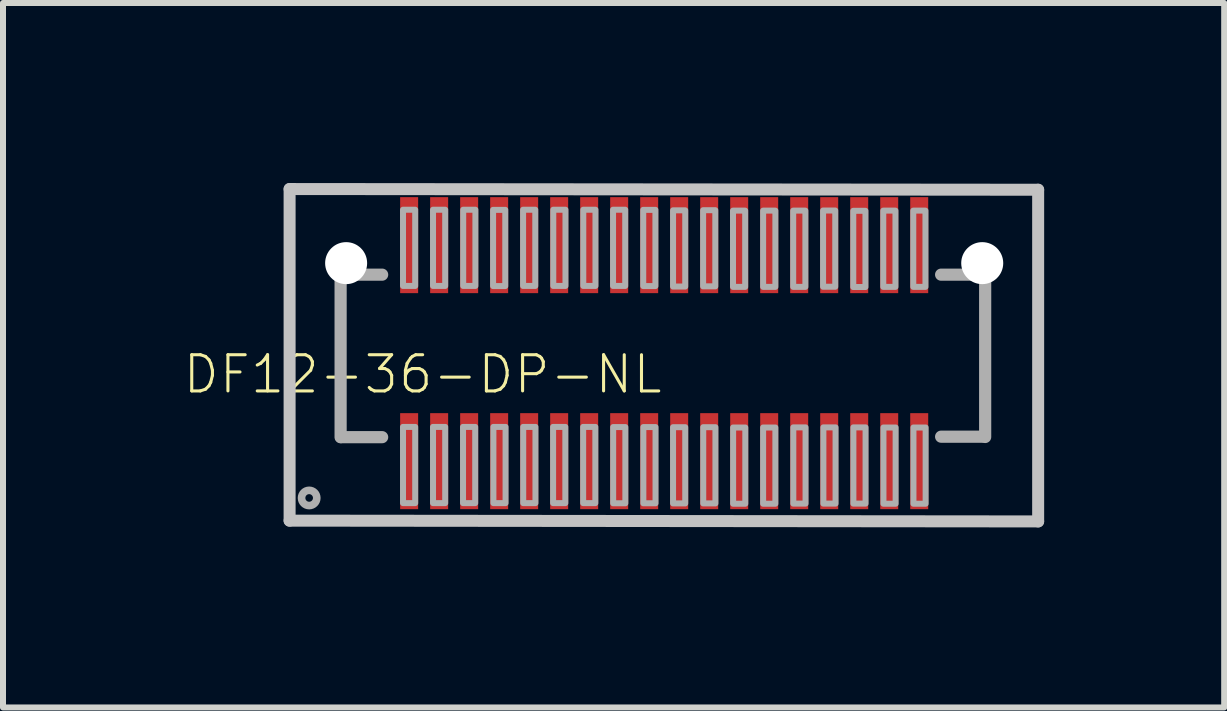
<source format=kicad_pcb>
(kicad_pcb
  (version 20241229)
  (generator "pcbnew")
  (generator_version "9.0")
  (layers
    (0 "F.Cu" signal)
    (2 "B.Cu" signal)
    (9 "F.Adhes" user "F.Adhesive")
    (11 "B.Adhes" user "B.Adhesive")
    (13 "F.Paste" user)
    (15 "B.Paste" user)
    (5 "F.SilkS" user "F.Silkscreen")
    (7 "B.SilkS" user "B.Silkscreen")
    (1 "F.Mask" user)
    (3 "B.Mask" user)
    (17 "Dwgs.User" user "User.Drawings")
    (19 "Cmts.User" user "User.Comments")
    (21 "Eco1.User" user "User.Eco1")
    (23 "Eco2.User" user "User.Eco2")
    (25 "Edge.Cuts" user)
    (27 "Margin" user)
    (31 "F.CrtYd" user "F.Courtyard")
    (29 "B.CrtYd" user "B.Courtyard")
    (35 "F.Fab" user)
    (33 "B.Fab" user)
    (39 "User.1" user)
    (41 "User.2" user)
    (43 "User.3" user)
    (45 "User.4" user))
  (footprint "DF12-36-DP-NL"
    (layer "F.Cu")
    (at 8.018 2.835)
    (property "Reference" "DF12-36-DP-NL" (at 0 0 0) (layer "F.SilkS") (effects (font (size 0.603 0.603) (thickness 0.051)) (justify right top)))
    (attr through_hole)
    (fp_poly (pts (xy -4.362 -1.207) (xy -4.142 -1.207) (xy -4.142 -2.507) (xy -4.362 -2.507)) (stroke (width 0) (type solid)) (fill yes) (layer "F.Paste"))
    (fp_poly (pts (xy -4.362 2.503) (xy -4.142 2.503) (xy -4.142 1.203) (xy -4.362 1.203)) (stroke (width 0) (type solid)) (fill yes) (layer "F.Paste"))
    (fp_poly (pts (xy -3.862 -1.207) (xy -3.642 -1.207) (xy -3.642 -2.507) (xy -3.862 -2.507)) (stroke (width 0) (type solid)) (fill yes) (layer "F.Paste"))
    (fp_poly (pts (xy -3.862 2.503) (xy -3.642 2.503) (xy -3.642 1.203) (xy -3.862 1.203)) (stroke (width 0) (type solid)) (fill yes) (layer "F.Paste"))
    (fp_poly (pts (xy -3.362 -1.207) (xy -3.142 -1.207) (xy -3.142 -2.507) (xy -3.362 -2.507)) (stroke (width 0) (type solid)) (fill yes) (layer "F.Paste"))
    (fp_poly (pts (xy -3.362 2.503) (xy -3.142 2.503) (xy -3.142 1.203) (xy -3.362 1.203)) (stroke (width 0) (type solid)) (fill yes) (layer "F.Paste"))
    (fp_poly (pts (xy -2.862 -1.207) (xy -2.642 -1.207) (xy -2.642 -2.507) (xy -2.862 -2.507)) (stroke (width 0) (type solid)) (fill yes) (layer "F.Paste"))
    (fp_poly (pts (xy -2.862 2.503) (xy -2.642 2.503) (xy -2.642 1.203) (xy -2.862 1.203)) (stroke (width 0) (type solid)) (fill yes) (layer "F.Paste"))
    (fp_poly (pts (xy -2.362 -1.207) (xy -2.142 -1.207) (xy -2.142 -2.507) (xy -2.362 -2.507)) (stroke (width 0) (type solid)) (fill yes) (layer "F.Paste"))
    (fp_poly (pts (xy -2.362 2.503) (xy -2.142 2.503) (xy -2.142 1.203) (xy -2.362 1.203)) (stroke (width 0) (type solid)) (fill yes) (layer "F.Paste"))
    (fp_poly (pts (xy -1.862 -1.207) (xy -1.642 -1.207) (xy -1.642 -2.507) (xy -1.862 -2.507)) (stroke (width 0) (type solid)) (fill yes) (layer "F.Paste"))
    (fp_poly (pts (xy -1.862 2.503) (xy -1.642 2.503) (xy -1.642 1.203) (xy -1.862 1.203)) (stroke (width 0) (type solid)) (fill yes) (layer "F.Paste"))
    (fp_poly (pts (xy -1.362 -1.207) (xy -1.142 -1.207) (xy -1.142 -2.507) (xy -1.362 -2.507)) (stroke (width 0) (type solid)) (fill yes) (layer "F.Paste"))
    (fp_poly (pts (xy -1.362 2.503) (xy -1.142 2.503) (xy -1.142 1.203) (xy -1.362 1.203)) (stroke (width 0) (type solid)) (fill yes) (layer "F.Paste"))
    (fp_poly (pts (xy -0.862 -1.207) (xy -0.642 -1.207) (xy -0.642 -2.507) (xy -0.862 -2.507)) (stroke (width 0) (type solid)) (fill yes) (layer "F.Paste"))
    (fp_poly (pts (xy -0.862 2.503) (xy -0.642 2.503) (xy -0.642 1.203) (xy -0.862 1.203)) (stroke (width 0) (type solid)) (fill yes) (layer "F.Paste"))
    (fp_poly (pts (xy -0.362 -1.207) (xy -0.142 -1.207) (xy -0.142 -2.507) (xy -0.362 -2.507)) (stroke (width 0) (type solid)) (fill yes) (layer "F.Paste"))
    (fp_poly (pts (xy -0.362 2.503) (xy -0.142 2.503) (xy -0.142 1.203) (xy -0.362 1.203)) (stroke (width 0) (type solid)) (fill yes) (layer "F.Paste"))
    (fp_poly (pts (xy 0.138 -1.207) (xy 0.358 -1.207) (xy 0.358 -2.507) (xy 0.138 -2.507)) (stroke (width 0) (type solid)) (fill yes) (layer "F.Paste"))
    (fp_poly (pts (xy 0.138 2.503) (xy 0.358 2.503) (xy 0.358 1.203) (xy 0.138 1.203)) (stroke (width 0) (type solid)) (fill yes) (layer "F.Paste"))
    (fp_poly (pts (xy 0.638 -1.207) (xy 0.858 -1.207) (xy 0.858 -2.507) (xy 0.638 -2.507)) (stroke (width 0) (type solid)) (fill yes) (layer "F.Paste"))
    (fp_poly (pts (xy 0.648 2.503) (xy 0.868 2.503) (xy 0.868 1.203) (xy 0.648 1.203)) (stroke (width 0) (type solid)) (fill yes) (layer "F.Paste"))
    (fp_poly (pts (xy 1.138 -1.207) (xy 1.358 -1.207) (xy 1.358 -2.507) (xy 1.138 -2.507)) (stroke (width 0) (type solid)) (fill yes) (layer "F.Paste"))
    (fp_poly (pts (xy 1.138 2.503) (xy 1.358 2.503) (xy 1.358 1.203) (xy 1.138 1.203)) (stroke (width 0) (type solid)) (fill yes) (layer "F.Paste"))
    (fp_poly (pts (xy 1.638 -1.207) (xy 1.858 -1.207) (xy 1.858 -2.507) (xy 1.638 -2.507)) (stroke (width 0) (type solid)) (fill yes) (layer "F.Paste"))
    (fp_poly (pts (xy 1.638 2.503) (xy 1.858 2.503) (xy 1.858 1.203) (xy 1.638 1.203)) (stroke (width 0) (type solid)) (fill yes) (layer "F.Paste"))
    (fp_poly (pts (xy 2.138 -1.207) (xy 2.358 -1.207) (xy 2.358 -2.507) (xy 2.138 -2.507)) (stroke (width 0) (type solid)) (fill yes) (layer "F.Paste"))
    (fp_poly (pts (xy 2.138 2.503) (xy 2.358 2.503) (xy 2.358 1.203) (xy 2.138 1.203)) (stroke (width 0) (type solid)) (fill yes) (layer "F.Paste"))
    (fp_poly (pts (xy 2.638 -1.207) (xy 2.858 -1.207) (xy 2.858 -2.507) (xy 2.638 -2.507)) (stroke (width 0) (type solid)) (fill yes) (layer "F.Paste"))
    (fp_poly (pts (xy 2.638 2.503) (xy 2.858 2.503) (xy 2.858 1.203) (xy 2.638 1.203)) (stroke (width 0) (type solid)) (fill yes) (layer "F.Paste"))
    (fp_poly (pts (xy 3.138 2.503) (xy 3.358 2.503) (xy 3.358 1.203) (xy 3.138 1.203)) (stroke (width 0) (type solid)) (fill yes) (layer "F.Paste"))
    (fp_poly (pts (xy 3.148 -1.207) (xy 3.368 -1.207) (xy 3.368 -2.507) (xy 3.148 -2.507)) (stroke (width 0) (type solid)) (fill yes) (layer "F.Paste"))
    (fp_poly (pts (xy 3.638 -1.207) (xy 3.858 -1.207) (xy 3.858 -2.507) (xy 3.638 -2.507)) (stroke (width 0) (type solid)) (fill yes) (layer "F.Paste"))
    (fp_poly (pts (xy 3.638 2.503) (xy 3.858 2.503) (xy 3.858 1.203) (xy 3.638 1.203)) (stroke (width 0) (type solid)) (fill yes) (layer "F.Paste"))
    (fp_poly (pts (xy 4.138 -1.207) (xy 4.358 -1.207) (xy 4.358 -2.507) (xy 4.138 -2.507)) (stroke (width 0) (type solid)) (fill yes) (layer "F.Paste"))
    (fp_poly (pts (xy 4.138 2.503) (xy 4.358 2.503) (xy 4.358 1.203) (xy 4.138 1.203)) (stroke (width 0) (type solid)) (fill yes) (layer "F.Paste"))
    (fp_line (start -6.242 -2.735) (end 6.232 -2.723) (stroke (width 0.2) (type solid)) (layer "Dwgs.User"))
    (fp_line (start -6.242 2.791) (end -6.242 -2.735) (stroke (width 0.2) (type solid)) (layer "Dwgs.User"))
    (fp_line (start 6.232 -2.723) (end 6.232 2.804) (stroke (width 0.2) (type solid)) (layer "Dwgs.User"))
    (fp_line (start 6.232 2.804) (end -6.242 2.791) (stroke (width 0.2) (type solid)) (layer "Dwgs.User"))
    (fp_line (start -5.392 1.4) (end -5.392 -1.284) (stroke (width 0.203) (type solid)) (layer "F.Fab"))
    (fp_line (start -4.7 -1.308) (end -5.385 -1.308) (stroke (width 0.203) (type solid)) (layer "F.Fab"))
    (fp_line (start -4.7 1.4) (end -5.385 1.4) (stroke (width 0.203) (type solid)) (layer "F.Fab"))
    (fp_line (start 5.3 -1.308) (end 4.615 -1.308) (stroke (width 0.203) (type solid)) (layer "F.Fab"))
    (fp_line (start 5.3 1.392) (end 4.615 1.392) (stroke (width 0.203) (type solid)) (layer "F.Fab"))
    (fp_line (start 5.349 -1.297) (end 5.349 1.397) (stroke (width 0.203) (type solid)) (layer "F.Fab"))
    (fp_circle (center -5.916 2.413) (end -5.789 2.413) (stroke (width 0.127) (type solid)) (fill no) (layer "F.Fab"))
    (fp_poly (pts (xy -4.149 -1.12) (xy -4.149 -2.39) (xy -4.352 -2.39) (xy -4.352 -1.12)) (stroke (width 0.1) (type solid)) (fill no) (layer "F.Fab"))
    (fp_poly (pts (xy -4.149 2.499) (xy -4.149 1.229) (xy -4.352 1.229) (xy -4.352 2.499)) (stroke (width 0.1) (type solid)) (fill no) (layer "F.Fab"))
    (fp_poly (pts (xy -3.649 -1.12) (xy -3.649 -2.39) (xy -3.852 -2.39) (xy -3.852 -1.12)) (stroke (width 0.1) (type solid)) (fill no) (layer "F.Fab"))
    (fp_poly (pts (xy -3.649 2.499) (xy -3.649 1.229) (xy -3.852 1.229) (xy -3.852 2.499)) (stroke (width 0.1) (type solid)) (fill no) (layer "F.Fab"))
    (fp_poly (pts (xy -3.149 2.499) (xy -3.149 1.229) (xy -3.352 1.229) (xy -3.352 2.499)) (stroke (width 0.1) (type solid)) (fill no) (layer "F.Fab"))
    (fp_poly (pts (xy -3.146 -1.12) (xy -3.146 -2.39) (xy -3.349 -2.39) (xy -3.349 -1.12)) (stroke (width 0.1) (type solid)) (fill no) (layer "F.Fab"))
    (fp_poly (pts (xy -2.648 -1.118) (xy -2.648 -2.388) (xy -2.851 -2.388) (xy -2.851 -1.118)) (stroke (width 0.1) (type solid)) (fill no) (layer "F.Fab"))
    (fp_poly (pts (xy -2.643 2.499) (xy -2.643 1.229) (xy -2.846 1.229) (xy -2.846 2.499)) (stroke (width 0.1) (type solid)) (fill no) (layer "F.Fab"))
    (fp_poly (pts (xy -2.148 -1.12) (xy -2.148 -2.39) (xy -2.351 -2.39) (xy -2.351 -1.12)) (stroke (width 0.1) (type solid)) (fill no) (layer "F.Fab"))
    (fp_poly (pts (xy -2.145 2.499) (xy -2.145 1.229) (xy -2.349 1.229) (xy -2.349 2.499)) (stroke (width 0.1) (type solid)) (fill no) (layer "F.Fab"))
    (fp_poly (pts (xy -1.647 2.499) (xy -1.647 1.229) (xy -1.851 1.229) (xy -1.851 2.499)) (stroke (width 0.1) (type solid)) (fill no) (layer "F.Fab"))
    (fp_poly (pts (xy -1.645 -1.12) (xy -1.645 -2.39) (xy -1.848 -2.39) (xy -1.848 -1.12)) (stroke (width 0.1) (type solid)) (fill no) (layer "F.Fab"))
    (fp_poly (pts (xy -1.147 2.499) (xy -1.147 1.229) (xy -1.35 1.229) (xy -1.35 2.499)) (stroke (width 0.1) (type solid)) (fill no) (layer "F.Fab"))
    (fp_poly (pts (xy -1.145 -1.12) (xy -1.145 -2.39) (xy -1.348 -2.39) (xy -1.348 -1.12)) (stroke (width 0.1) (type solid)) (fill no) (layer "F.Fab"))
    (fp_poly (pts (xy -0.649 -1.12) (xy -0.649 -2.39) (xy -0.852 -2.39) (xy -0.852 -1.12)) (stroke (width 0.1) (type solid)) (fill no) (layer "F.Fab"))
    (fp_poly (pts (xy -0.647 2.502) (xy -0.647 1.232) (xy -0.85 1.232) (xy -0.85 2.502)) (stroke (width 0.1) (type solid)) (fill no) (layer "F.Fab"))
    (fp_poly (pts (xy -0.146 -1.118) (xy -0.146 -2.388) (xy -0.349 -2.388) (xy -0.349 -1.118)) (stroke (width 0.1) (type solid)) (fill no) (layer "F.Fab"))
    (fp_poly (pts (xy -0.144 2.502) (xy -0.144 1.232) (xy -0.347 1.232) (xy -0.347 2.502)) (stroke (width 0.1) (type solid)) (fill no) (layer "F.Fab"))
    (fp_poly (pts (xy 0.351 -1.11) (xy 0.351 -2.38) (xy 0.148 -2.38) (xy 0.148 -1.11)) (stroke (width 0.1) (type solid)) (fill no) (layer "F.Fab"))
    (fp_poly (pts (xy 0.351 2.504) (xy 0.351 1.234) (xy 0.148 1.234) (xy 0.148 2.504)) (stroke (width 0.1) (type solid)) (fill no) (layer "F.Fab"))
    (fp_poly (pts (xy 0.852 -1.113) (xy 0.852 -2.382) (xy 0.649 -2.382) (xy 0.649 -1.113)) (stroke (width 0.1) (type solid)) (fill no) (layer "F.Fab"))
    (fp_poly (pts (xy 0.854 2.504) (xy 0.854 1.234) (xy 0.651 1.234) (xy 0.651 2.504)) (stroke (width 0.1) (type solid)) (fill no) (layer "F.Fab"))
    (fp_poly (pts (xy 1.35 -1.105) (xy 1.35 -2.375) (xy 1.147 -2.375) (xy 1.147 -1.105)) (stroke (width 0.1) (type solid)) (fill no) (layer "F.Fab"))
    (fp_poly (pts (xy 1.352 2.509) (xy 1.352 1.239) (xy 1.149 1.239) (xy 1.149 2.509)) (stroke (width 0.1) (type solid)) (fill no) (layer "F.Fab"))
    (fp_poly (pts (xy 1.853 -1.105) (xy 1.853 -2.375) (xy 1.649 -2.375) (xy 1.649 -1.105)) (stroke (width 0.1) (type solid)) (fill no) (layer "F.Fab"))
    (fp_poly (pts (xy 1.853 2.509) (xy 1.853 1.239) (xy 1.649 1.239) (xy 1.649 2.509)) (stroke (width 0.1) (type solid)) (fill no) (layer "F.Fab"))
    (fp_poly (pts (xy 2.353 -1.105) (xy 2.353 -2.375) (xy 2.15 -2.375) (xy 2.15 -1.105)) (stroke (width 0.1) (type solid)) (fill no) (layer "F.Fab"))
    (fp_poly (pts (xy 2.356 2.507) (xy 2.356 1.237) (xy 2.152 1.237) (xy 2.152 2.507)) (stroke (width 0.1) (type solid)) (fill no) (layer "F.Fab"))
    (fp_poly (pts (xy 2.851 -1.107) (xy 2.851 -2.377) (xy 2.648 -2.377) (xy 2.648 -1.107)) (stroke (width 0.1) (type solid)) (fill no) (layer "F.Fab"))
    (fp_poly (pts (xy 2.856 2.507) (xy 2.856 1.237) (xy 2.653 1.237) (xy 2.653 2.507)) (stroke (width 0.1) (type solid)) (fill no) (layer "F.Fab"))
    (fp_poly (pts (xy 3.354 -1.102) (xy 3.354 -2.372) (xy 3.151 -2.372) (xy 3.151 -1.102)) (stroke (width 0.1) (type solid)) (fill no) (layer "F.Fab"))
    (fp_poly (pts (xy 3.356 2.507) (xy 3.356 1.237) (xy 3.153 1.237) (xy 3.153 2.507)) (stroke (width 0.1) (type solid)) (fill no) (layer "F.Fab"))
    (fp_poly (pts (xy 3.854 -1.105) (xy 3.854 -2.375) (xy 3.651 -2.375) (xy 3.651 -1.105)) (stroke (width 0.1) (type solid)) (fill no) (layer "F.Fab"))
    (fp_poly (pts (xy 3.857 2.509) (xy 3.857 1.239) (xy 3.654 1.239) (xy 3.654 2.509)) (stroke (width 0.1) (type solid)) (fill no) (layer "F.Fab"))
    (fp_poly (pts (xy 4.354 -1.105) (xy 4.354 -2.375) (xy 4.151 -2.375) (xy 4.151 -1.105)) (stroke (width 0.1) (type solid)) (fill no) (layer "F.Fab"))
    (fp_poly (pts (xy 4.357 2.509) (xy 4.357 1.239) (xy 4.154 1.239) (xy 4.154 2.509)) (stroke (width 0.1) (type solid)) (fill no) (layer "F.Fab"))
    (pad "" np_thru_hole circle (at -5.3 -1.5) (size 0.7 0.7) (drill 0.7) (layers "*.Cu" "*.Mask"))
    (pad "" np_thru_hole circle (at 5.3 -1.5) (size 0.7 0.7) (drill 0.7) (layers "*.Cu" "*.Mask"))
    (pad "1" smd rect (at -4.25 1.8) (size 0.3 1.6) (layers "F.Cu" "F.Mask"))
    (pad "2" smd rect (at -4.25 -1.8) (size 0.3 1.6) (layers "F.Cu" "F.Mask"))
    (pad "3" smd rect (at -3.75 1.8) (size 0.3 1.6) (layers "F.Cu" "F.Mask"))
    (pad "4" smd rect (at -3.75 -1.8) (size 0.3 1.6) (layers "F.Cu" "F.Mask"))
    (pad "5" smd rect (at -3.25 1.8) (size 0.3 1.6) (layers "F.Cu" "F.Mask"))
    (pad "6" smd rect (at -3.25 -1.8) (size 0.3 1.6) (layers "F.Cu" "F.Mask"))
    (pad "7" smd rect (at -2.75 1.8) (size 0.3 1.6) (layers "F.Cu" "F.Mask"))
    (pad "8" smd rect (at -2.75 -1.8) (size 0.3 1.6) (layers "F.Cu" "F.Mask"))
    (pad "9" smd rect (at -2.25 1.8) (size 0.3 1.6) (layers "F.Cu" "F.Mask"))
    (pad "10" smd rect (at -2.25 -1.8) (size 0.3 1.6) (layers "F.Cu" "F.Mask"))
    (pad "11" smd rect (at -1.75 1.8) (size 0.3 1.6) (layers "F.Cu" "F.Mask"))
    (pad "12" smd rect (at -1.75 -1.8) (size 0.3 1.6) (layers "F.Cu" "F.Mask"))
    (pad "13" smd rect (at -1.25 1.8) (size 0.3 1.6) (layers "F.Cu" "F.Mask"))
    (pad "14" smd rect (at -1.25 -1.8) (size 0.3 1.6) (layers "F.Cu" "F.Mask"))
    (pad "15" smd rect (at -0.75 1.8) (size 0.3 1.6) (layers "F.Cu" "F.Mask"))
    (pad "16" smd rect (at -0.75 -1.8) (size 0.3 1.6) (layers "F.Cu" "F.Mask"))
    (pad "17" smd rect (at -0.25 1.8) (size 0.3 1.6) (layers "F.Cu" "F.Mask"))
    (pad "18" smd rect (at -0.25 -1.8) (size 0.3 1.6) (layers "F.Cu" "F.Mask"))
    (pad "19" smd rect (at 0.25 1.8) (size 0.3 1.6) (layers "F.Cu" "F.Mask"))
    (pad "20" smd rect (at 0.25 -1.8) (size 0.3 1.6) (layers "F.Cu" "F.Mask"))
    (pad "21" smd rect (at 0.75 1.8) (size 0.3 1.6) (layers "F.Cu" "F.Mask"))
    (pad "22" smd rect (at 0.75 -1.8) (size 0.3 1.6) (layers "F.Cu" "F.Mask"))
    (pad "23" smd rect (at 1.25 1.8) (size 0.3 1.6) (layers "F.Cu" "F.Mask"))
    (pad "24" smd rect (at 1.25 -1.8) (size 0.3 1.6) (layers "F.Cu" "F.Mask"))
    (pad "25" smd rect (at 1.75 1.8) (size 0.3 1.6) (layers "F.Cu" "F.Mask"))
    (pad "26" smd rect (at 1.75 -1.8) (size 0.3 1.6) (layers "F.Cu" "F.Mask"))
    (pad "27" smd rect (at 2.25 1.8) (size 0.3 1.6) (layers "F.Cu" "F.Mask"))
    (pad "28" smd rect (at 2.25 -1.8) (size 0.3 1.6) (layers "F.Cu" "F.Mask"))
    (pad "29" smd rect (at 2.75 1.8) (size 0.3 1.6) (layers "F.Cu" "F.Mask"))
    (pad "30" smd rect (at 2.75 -1.8) (size 0.3 1.6) (layers "F.Cu" "F.Mask"))
    (pad "31" smd rect (at 3.25 1.8) (size 0.3 1.6) (layers "F.Cu" "F.Mask"))
    (pad "32" smd rect (at 3.25 -1.8) (size 0.3 1.6) (layers "F.Cu" "F.Mask"))
    (pad "33" smd rect (at 3.75 1.8) (size 0.3 1.6) (layers "F.Cu" "F.Mask"))
    (pad "34" smd rect (at 3.75 -1.8) (size 0.3 1.6) (layers "F.Cu" "F.Mask"))
    (pad "35" smd rect (at 4.25 1.8) (size 0.3 1.6) (layers "F.Cu" "F.Mask"))
    (pad "36" smd rect (at 4.25 -1.8) (size 0.3 1.6) (layers "F.Cu" "F.Mask")))
  (gr_rect
    (start -3 -3)
    (end 17.35 8.739)
    (stroke (width 0.1) (type default))
    (fill no)
    (layer "Edge.Cuts")))
</source>
